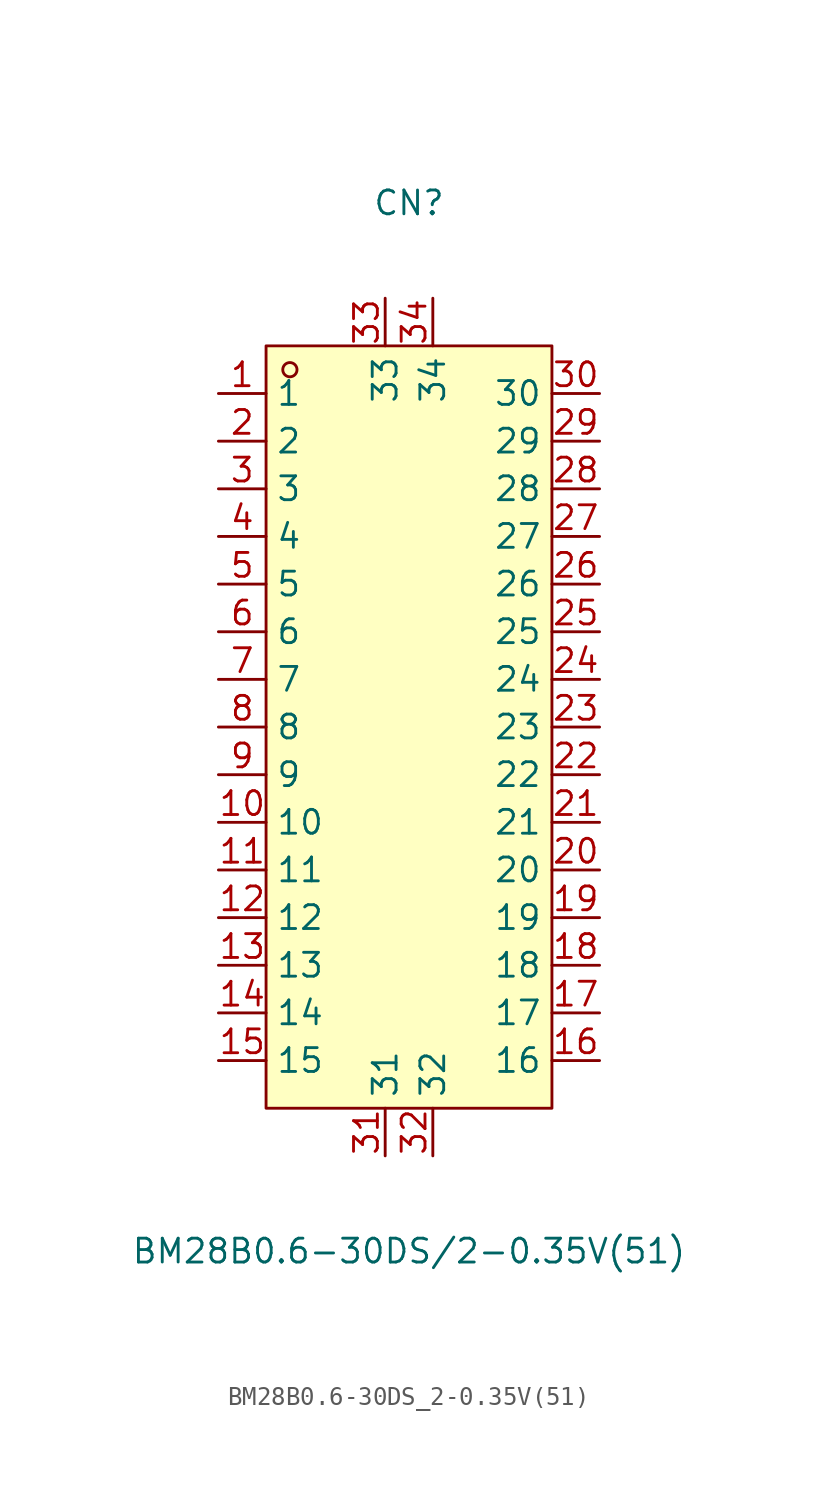
<source format=kicad_sym>
(kicad_symbol_lib
  (version 20211014)
  (generator https://github.com/uPesy/easyeda2kicad.py)
  (symbol "BM28B0.6-30DS_2-0.35V(51)"
    (property "Reference" "CN"
      (at 0 27.94 0)
      (effects (font (size 1.27 1.27))))
    (property "Value" "BM28B0.6-30DS/2-0.35V(51)"
      (at 0 -27.94 0)
      (effects (font (size 1.27 1.27))))
    (symbol "BM28B0.6-30DS_2-0.35V(51)_0_1"
      (rectangle (start -7.62 20.32) (end 7.62 -20.32) (stroke (width 0) (type default) (color 0 0 0 0)) (fill (type background)))
      (circle (center -6.35 19.05) (radius 0.38) (stroke (width 0) (type default) (color 0 0 0 0)) (fill (type none)))
      (pin unspecified line (at -10.16 17.78 0) (length 2.54) (name "1" (effects (font (size 1.27 1.27)))) (number "1" (effects (font (size 1.27 1.27)))))
      (pin unspecified line (at -10.16 15.24 0) (length 2.54) (name "2" (effects (font (size 1.27 1.27)))) (number "2" (effects (font (size 1.27 1.27)))))
      (pin unspecified line (at -10.16 12.70 0) (length 2.54) (name "3" (effects (font (size 1.27 1.27)))) (number "3" (effects (font (size 1.27 1.27)))))
      (pin unspecified line (at -10.16 10.16 0) (length 2.54) (name "4" (effects (font (size 1.27 1.27)))) (number "4" (effects (font (size 1.27 1.27)))))
      (pin unspecified line (at -10.16 7.62 0) (length 2.54) (name "5" (effects (font (size 1.27 1.27)))) (number "5" (effects (font (size 1.27 1.27)))))
      (pin unspecified line (at -10.16 5.08 0) (length 2.54) (name "6" (effects (font (size 1.27 1.27)))) (number "6" (effects (font (size 1.27 1.27)))))
      (pin unspecified line (at -10.16 2.54 0) (length 2.54) (name "7" (effects (font (size 1.27 1.27)))) (number "7" (effects (font (size 1.27 1.27)))))
      (pin unspecified line (at -10.16 -0.00 0) (length 2.54) (name "8" (effects (font (size 1.27 1.27)))) (number "8" (effects (font (size 1.27 1.27)))))
      (pin unspecified line (at -10.16 -2.54 0) (length 2.54) (name "9" (effects (font (size 1.27 1.27)))) (number "9" (effects (font (size 1.27 1.27)))))
      (pin unspecified line (at -10.16 -5.08 0) (length 2.54) (name "10" (effects (font (size 1.27 1.27)))) (number "10" (effects (font (size 1.27 1.27)))))
      (pin unspecified line (at -10.16 -7.62 0) (length 2.54) (name "11" (effects (font (size 1.27 1.27)))) (number "11" (effects (font (size 1.27 1.27)))))
      (pin unspecified line (at -10.16 -10.16 0) (length 2.54) (name "12" (effects (font (size 1.27 1.27)))) (number "12" (effects (font (size 1.27 1.27)))))
      (pin unspecified line (at -10.16 -12.70 0) (length 2.54) (name "13" (effects (font (size 1.27 1.27)))) (number "13" (effects (font (size 1.27 1.27)))))
      (pin unspecified line (at -10.16 -15.24 0) (length 2.54) (name "14" (effects (font (size 1.27 1.27)))) (number "14" (effects (font (size 1.27 1.27)))))
      (pin unspecified line (at -10.16 -17.78 0) (length 2.54) (name "15" (effects (font (size 1.27 1.27)))) (number "15" (effects (font (size 1.27 1.27)))))
      (pin unspecified line (at 10.16 -17.78 180) (length 2.54) (name "16" (effects (font (size 1.27 1.27)))) (number "16" (effects (font (size 1.27 1.27)))))
      (pin unspecified line (at 10.16 -15.24 180) (length 2.54) (name "17" (effects (font (size 1.27 1.27)))) (number "17" (effects (font (size 1.27 1.27)))))
      (pin unspecified line (at 10.16 -12.70 180) (length 2.54) (name "18" (effects (font (size 1.27 1.27)))) (number "18" (effects (font (size 1.27 1.27)))))
      (pin unspecified line (at 10.16 -10.16 180) (length 2.54) (name "19" (effects (font (size 1.27 1.27)))) (number "19" (effects (font (size 1.27 1.27)))))
      (pin unspecified line (at 10.16 -7.62 180) (length 2.54) (name "20" (effects (font (size 1.27 1.27)))) (number "20" (effects (font (size 1.27 1.27)))))
      (pin unspecified line (at 10.16 -5.08 180) (length 2.54) (name "21" (effects (font (size 1.27 1.27)))) (number "21" (effects (font (size 1.27 1.27)))))
      (pin unspecified line (at 10.16 -2.54 180) (length 2.54) (name "22" (effects (font (size 1.27 1.27)))) (number "22" (effects (font (size 1.27 1.27)))))
      (pin unspecified line (at 10.16 -0.00 180) (length 2.54) (name "23" (effects (font (size 1.27 1.27)))) (number "23" (effects (font (size 1.27 1.27)))))
      (pin unspecified line (at 10.16 2.54 180) (length 2.54) (name "24" (effects (font (size 1.27 1.27)))) (number "24" (effects (font (size 1.27 1.27)))))
      (pin unspecified line (at 10.16 5.08 180) (length 2.54) (name "25" (effects (font (size 1.27 1.27)))) (number "25" (effects (font (size 1.27 1.27)))))
      (pin unspecified line (at 10.16 7.62 180) (length 2.54) (name "26" (effects (font (size 1.27 1.27)))) (number "26" (effects (font (size 1.27 1.27)))))
      (pin unspecified line (at 10.16 10.16 180) (length 2.54) (name "27" (effects (font (size 1.27 1.27)))) (number "27" (effects (font (size 1.27 1.27)))))
      (pin unspecified line (at 10.16 12.70 180) (length 2.54) (name "28" (effects (font (size 1.27 1.27)))) (number "28" (effects (font (size 1.27 1.27)))))
      (pin unspecified line (at 10.16 15.24 180) (length 2.54) (name "29" (effects (font (size 1.27 1.27)))) (number "29" (effects (font (size 1.27 1.27)))))
      (pin unspecified line (at 10.16 17.78 180) (length 2.54) (name "30" (effects (font (size 1.27 1.27)))) (number "30" (effects (font (size 1.27 1.27)))))
      (pin unspecified line (at -1.27 22.86 270) (length 2.54) (name "33" (effects (font (size 1.27 1.27)))) (number "33" (effects (font (size 1.27 1.27)))))
      (pin unspecified line (at 1.27 22.86 270) (length 2.54) (name "34" (effects (font (size 1.27 1.27)))) (number "34" (effects (font (size 1.27 1.27)))))
      (pin unspecified line (at -1.27 -22.86 90) (length 2.54) (name "31" (effects (font (size 1.27 1.27)))) (number "31" (effects (font (size 1.27 1.27)))))
      (pin unspecified line (at 1.27 -22.86 90) (length 2.54) (name "32" (effects (font (size 1.27 1.27)))) (number "32" (effects (font (size 1.27 1.27))))))))
</source>
